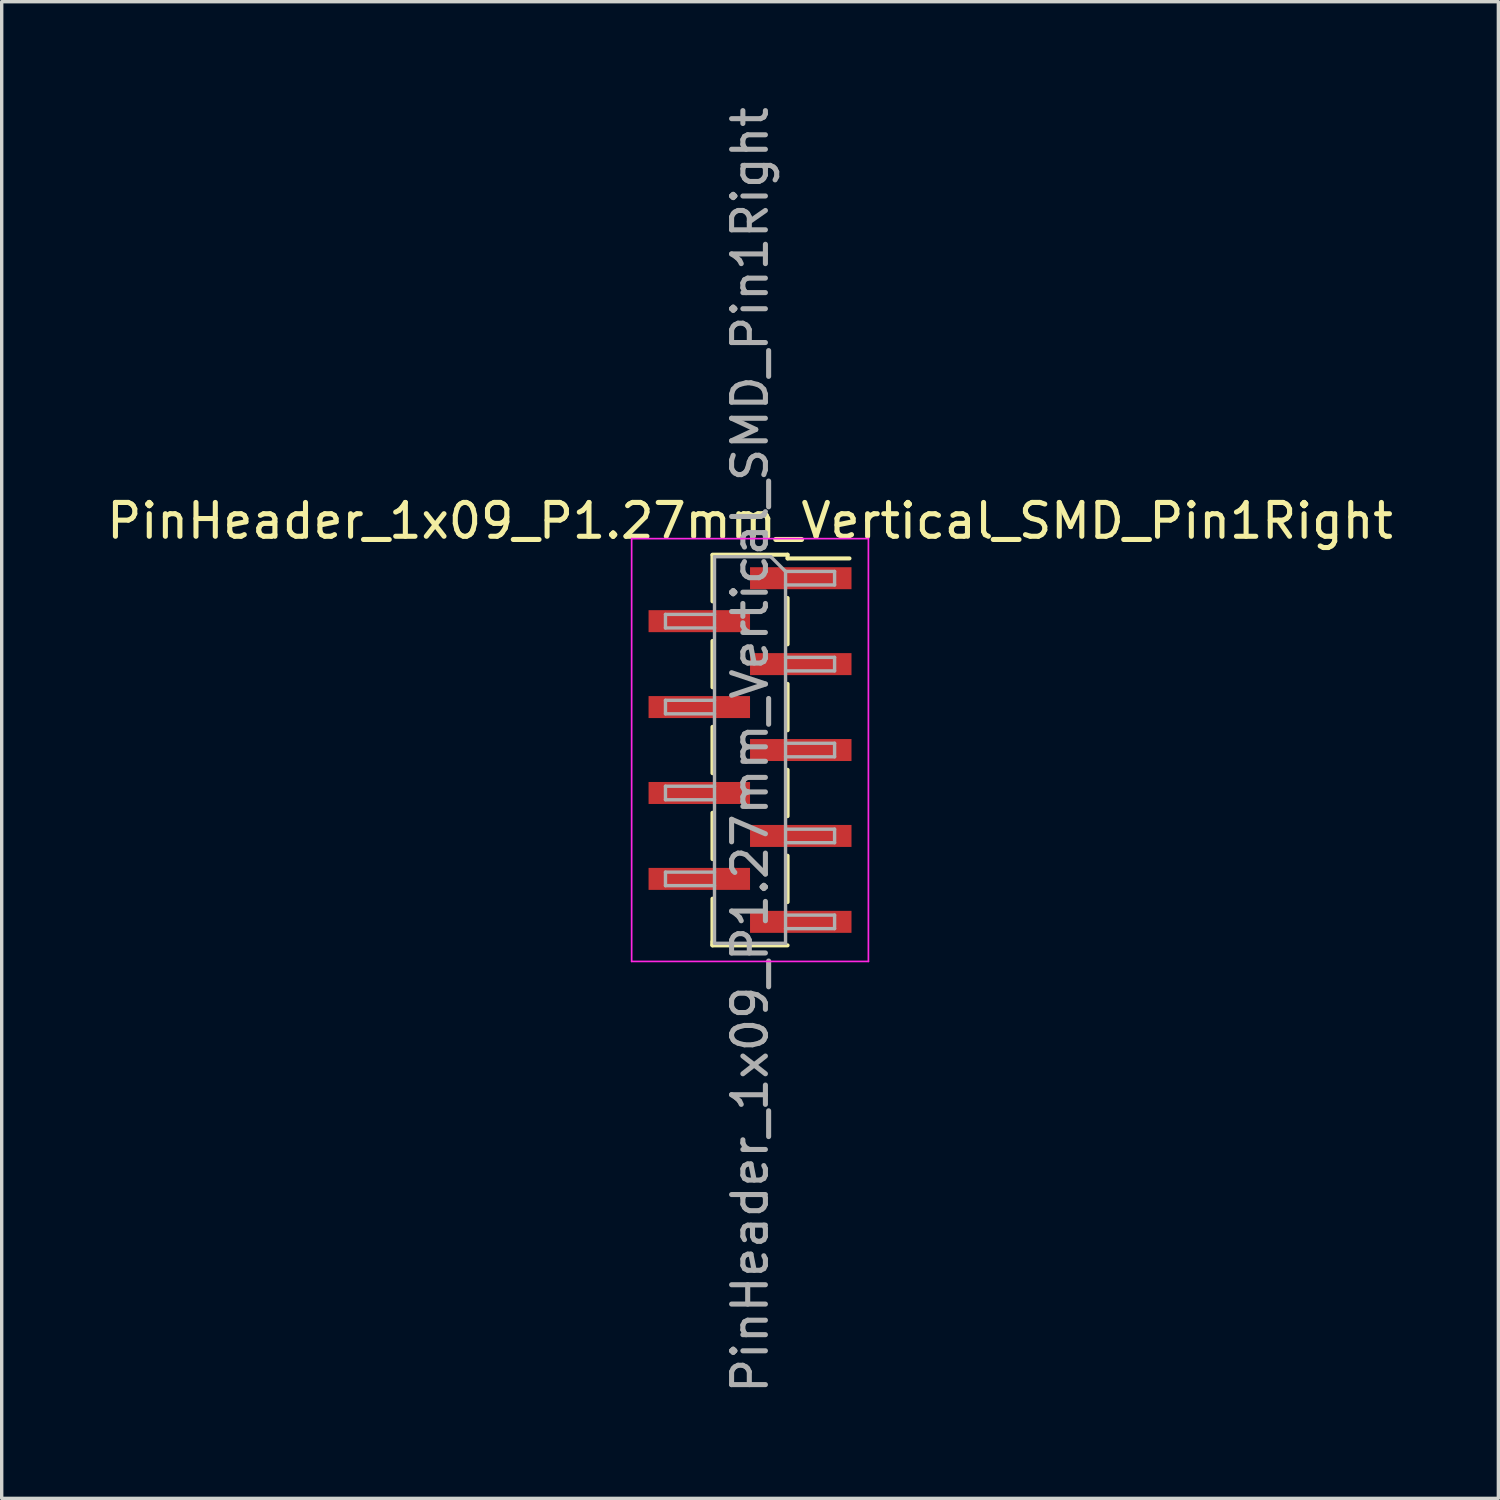
<source format=kicad_pcb>
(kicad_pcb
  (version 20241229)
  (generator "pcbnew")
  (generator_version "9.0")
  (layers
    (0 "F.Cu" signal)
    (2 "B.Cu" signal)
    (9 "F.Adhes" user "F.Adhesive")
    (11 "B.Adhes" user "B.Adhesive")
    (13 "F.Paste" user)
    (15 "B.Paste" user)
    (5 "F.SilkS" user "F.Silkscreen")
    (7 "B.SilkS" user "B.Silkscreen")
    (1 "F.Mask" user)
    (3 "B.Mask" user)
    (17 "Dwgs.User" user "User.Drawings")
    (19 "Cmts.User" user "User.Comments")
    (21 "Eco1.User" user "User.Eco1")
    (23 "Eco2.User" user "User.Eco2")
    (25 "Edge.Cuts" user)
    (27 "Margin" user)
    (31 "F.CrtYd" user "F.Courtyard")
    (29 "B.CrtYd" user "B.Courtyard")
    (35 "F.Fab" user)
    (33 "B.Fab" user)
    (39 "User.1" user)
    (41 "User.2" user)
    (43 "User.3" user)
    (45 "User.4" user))
  (footprint "PinHeader_1x09_P1.27mm_Vertical_SMD_Pin1Right"
    (layer "F.Cu")
    (at 19.125 19.125)
    (property "Reference" "PinHeader_1x09_P1.27mm_Vertical_SMD_Pin1Right" (at 0 -6.775 0) (layer "F.SilkS") (effects (font (size 1 1) (thickness 0.15))))
    (attr smd)
    (fp_line (start -1.11 -5.775) (end 1.11 -5.775) (stroke (width 0.12) (type solid)) (layer "F.SilkS"))
    (fp_line (start -1.11 -5.765) (end -1.11 -4.395) (stroke (width 0.12) (type solid)) (layer "F.SilkS"))
    (fp_line (start -1.11 -3.225) (end -1.11 -1.855) (stroke (width 0.12) (type solid)) (layer "F.SilkS"))
    (fp_line (start -1.11 -0.685) (end -1.11 0.685) (stroke (width 0.12) (type solid)) (layer "F.SilkS"))
    (fp_line (start -1.11 1.855) (end -1.11 3.225) (stroke (width 0.12) (type solid)) (layer "F.SilkS"))
    (fp_line (start -1.11 4.395) (end -1.11 5.765) (stroke (width 0.12) (type solid)) (layer "F.SilkS"))
    (fp_line (start -1.11 5.665) (end -1.11 5.775) (stroke (width 0.12) (type solid)) (layer "F.SilkS"))
    (fp_line (start -1.11 5.775) (end 1.11 5.775) (stroke (width 0.12) (type solid)) (layer "F.SilkS"))
    (fp_line (start 1.11 -5.775) (end 1.11 -5.665) (stroke (width 0.12) (type solid)) (layer "F.SilkS"))
    (fp_line (start 1.11 -5.665) (end 2.94 -5.665) (stroke (width 0.12) (type solid)) (layer "F.SilkS"))
    (fp_line (start 1.11 -4.495) (end 1.11 -3.125) (stroke (width 0.12) (type solid)) (layer "F.SilkS"))
    (fp_line (start 1.11 -1.955) (end 1.11 -0.585) (stroke (width 0.12) (type solid)) (layer "F.SilkS"))
    (fp_line (start 1.11 0.585) (end 1.11 1.955) (stroke (width 0.12) (type solid)) (layer "F.SilkS"))
    (fp_line (start 1.11 3.125) (end 1.11 4.495) (stroke (width 0.12) (type solid)) (layer "F.SilkS"))
    (fp_line (start -3.5 -6.25) (end -3.5 6.25) (stroke (width 0.05) (type solid)) (layer "F.CrtYd"))
    (fp_line (start -3.5 6.25) (end 3.5 6.25) (stroke (width 0.05) (type solid)) (layer "F.CrtYd"))
    (fp_line (start 3.5 -6.25) (end -3.5 -6.25) (stroke (width 0.05) (type solid)) (layer "F.CrtYd"))
    (fp_line (start 3.5 6.25) (end 3.5 -6.25) (stroke (width 0.05) (type solid)) (layer "F.CrtYd"))
    (fp_line (start -2.5 -4.01) (end -2.5 -3.61) (stroke (width 0.1) (type solid)) (layer "F.Fab"))
    (fp_line (start -2.5 -3.61) (end -1.05 -3.61) (stroke (width 0.1) (type solid)) (layer "F.Fab"))
    (fp_line (start -2.5 -1.47) (end -2.5 -1.07) (stroke (width 0.1) (type solid)) (layer "F.Fab"))
    (fp_line (start -2.5 -1.07) (end -1.05 -1.07) (stroke (width 0.1) (type solid)) (layer "F.Fab"))
    (fp_line (start -2.5 1.07) (end -2.5 1.47) (stroke (width 0.1) (type solid)) (layer "F.Fab"))
    (fp_line (start -2.5 1.47) (end -1.05 1.47) (stroke (width 0.1) (type solid)) (layer "F.Fab"))
    (fp_line (start -2.5 3.61) (end -2.5 4.01) (stroke (width 0.1) (type solid)) (layer "F.Fab"))
    (fp_line (start -2.5 4.01) (end -1.05 4.01) (stroke (width 0.1) (type solid)) (layer "F.Fab"))
    (fp_line (start -1.05 -5.715) (end -1.05 5.715) (stroke (width 0.1) (type solid)) (layer "F.Fab"))
    (fp_line (start -1.05 -5.715) (end 0.615 -5.715) (stroke (width 0.1) (type solid)) (layer "F.Fab"))
    (fp_line (start -1.05 -4.01) (end -2.5 -4.01) (stroke (width 0.1) (type solid)) (layer "F.Fab"))
    (fp_line (start -1.05 -1.47) (end -2.5 -1.47) (stroke (width 0.1) (type solid)) (layer "F.Fab"))
    (fp_line (start -1.05 1.07) (end -2.5 1.07) (stroke (width 0.1) (type solid)) (layer "F.Fab"))
    (fp_line (start -1.05 3.61) (end -2.5 3.61) (stroke (width 0.1) (type solid)) (layer "F.Fab"))
    (fp_line (start 1.05 -5.28) (end 0.615 -5.715) (stroke (width 0.1) (type solid)) (layer "F.Fab"))
    (fp_line (start 1.05 -5.28) (end 2.5 -5.28) (stroke (width 0.1) (type solid)) (layer "F.Fab"))
    (fp_line (start 1.05 -2.74) (end 2.5 -2.74) (stroke (width 0.1) (type solid)) (layer "F.Fab"))
    (fp_line (start 1.05 -0.2) (end 2.5 -0.2) (stroke (width 0.1) (type solid)) (layer "F.Fab"))
    (fp_line (start 1.05 2.34) (end 2.5 2.34) (stroke (width 0.1) (type solid)) (layer "F.Fab"))
    (fp_line (start 1.05 4.88) (end 2.5 4.88) (stroke (width 0.1) (type solid)) (layer "F.Fab"))
    (fp_line (start 1.05 5.715) (end -1.05 5.715) (stroke (width 0.1) (type solid)) (layer "F.Fab"))
    (fp_line (start 1.05 5.715) (end 1.05 -5.28) (stroke (width 0.1) (type solid)) (layer "F.Fab"))
    (fp_line (start 2.5 -5.28) (end 2.5 -4.88) (stroke (width 0.1) (type solid)) (layer "F.Fab"))
    (fp_line (start 2.5 -4.88) (end 1.05 -4.88) (stroke (width 0.1) (type solid)) (layer "F.Fab"))
    (fp_line (start 2.5 -2.74) (end 2.5 -2.34) (stroke (width 0.1) (type solid)) (layer "F.Fab"))
    (fp_line (start 2.5 -2.34) (end 1.05 -2.34) (stroke (width 0.1) (type solid)) (layer "F.Fab"))
    (fp_line (start 2.5 -0.2) (end 2.5 0.2) (stroke (width 0.1) (type solid)) (layer "F.Fab"))
    (fp_line (start 2.5 0.2) (end 1.05 0.2) (stroke (width 0.1) (type solid)) (layer "F.Fab"))
    (fp_line (start 2.5 2.34) (end 2.5 2.74) (stroke (width 0.1) (type solid)) (layer "F.Fab"))
    (fp_line (start 2.5 2.74) (end 1.05 2.74) (stroke (width 0.1) (type solid)) (layer "F.Fab"))
    (fp_line (start 2.5 4.88) (end 2.5 5.28) (stroke (width 0.1) (type solid)) (layer "F.Fab"))
    (fp_line (start 2.5 5.28) (end 1.05 5.28) (stroke (width 0.1) (type solid)) (layer "F.Fab"))
    (fp_text user "${REFERENCE}" (at 0 0 90) (layer "F.Fab") (effects (font (size 1 1) (thickness 0.15))))
    (pad "1" smd rect (at 1.5 -5.08) (size 3 0.65) (layers "F.Cu" "F.Mask" "F.Paste"))
    (pad "2" smd rect (at -1.5 -3.81) (size 3 0.65) (layers "F.Cu" "F.Mask" "F.Paste"))
    (pad "3" smd rect (at 1.5 -2.54) (size 3 0.65) (layers "F.Cu" "F.Mask" "F.Paste"))
    (pad "4" smd rect (at -1.5 -1.27) (size 3 0.65) (layers "F.Cu" "F.Mask" "F.Paste"))
    (pad "5" smd rect (at 1.5 0) (size 3 0.65) (layers "F.Cu" "F.Mask" "F.Paste"))
    (pad "6" smd rect (at -1.5 1.27) (size 3 0.65) (layers "F.Cu" "F.Mask" "F.Paste"))
    (pad "7" smd rect (at 1.5 2.54) (size 3 0.65) (layers "F.Cu" "F.Mask" "F.Paste"))
    (pad "8" smd rect (at -1.5 3.81) (size 3 0.65) (layers "F.Cu" "F.Mask" "F.Paste"))
    (pad "9" smd rect (at 1.5 5.08) (size 3 0.65) (layers "F.Cu" "F.Mask" "F.Paste")))
  (gr_rect
    (start -3 -3)
    (end 41.25 41.25)
    (stroke (width 0.1) (type default))
    (fill no)
    (layer "Edge.Cuts")))
</source>
